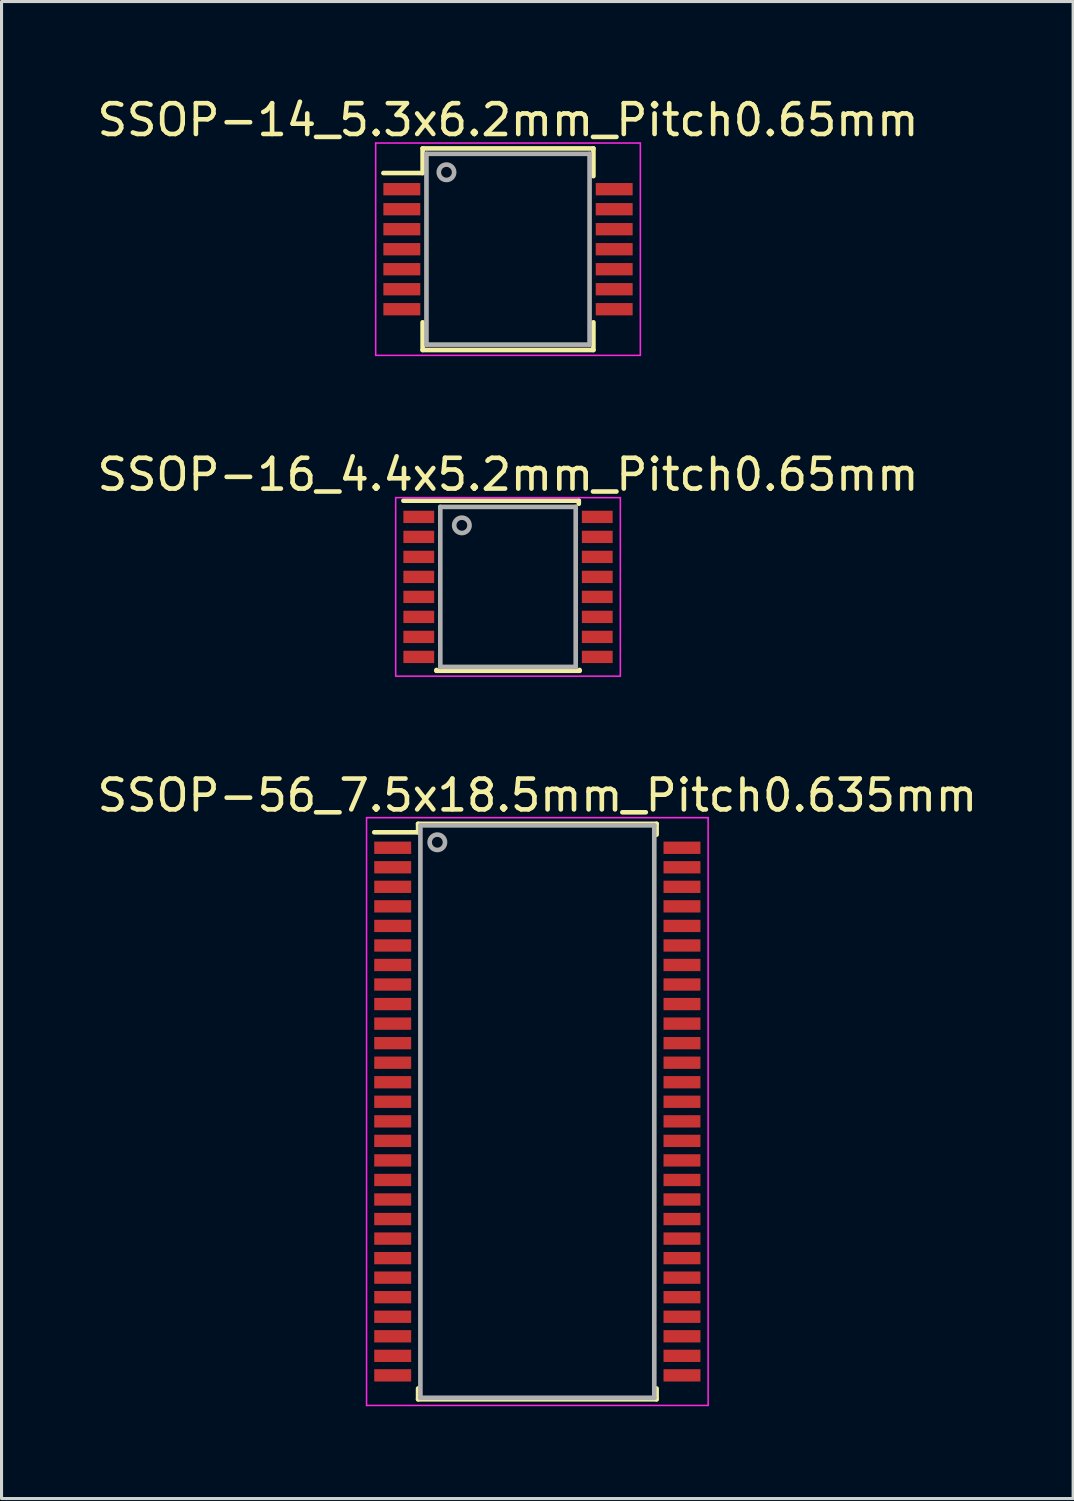
<source format=kicad_pcb>
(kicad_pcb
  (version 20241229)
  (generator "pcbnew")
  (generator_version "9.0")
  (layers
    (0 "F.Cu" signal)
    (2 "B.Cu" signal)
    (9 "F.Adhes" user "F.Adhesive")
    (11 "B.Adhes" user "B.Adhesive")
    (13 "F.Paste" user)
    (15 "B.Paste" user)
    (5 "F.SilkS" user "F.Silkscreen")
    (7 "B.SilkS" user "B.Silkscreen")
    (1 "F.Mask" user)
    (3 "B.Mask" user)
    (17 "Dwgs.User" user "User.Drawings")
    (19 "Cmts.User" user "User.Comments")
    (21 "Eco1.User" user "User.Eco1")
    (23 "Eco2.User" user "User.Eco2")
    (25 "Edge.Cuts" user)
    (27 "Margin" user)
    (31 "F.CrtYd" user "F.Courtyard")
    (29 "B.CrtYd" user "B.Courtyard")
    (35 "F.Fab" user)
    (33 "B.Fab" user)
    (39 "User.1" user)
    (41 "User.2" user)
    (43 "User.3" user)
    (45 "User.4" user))
  (footprint "SSOP-14_5.3x6.2mm_Pitch0.65mm"
    (layer "F.Cu")
    (at 13.458 5.048)
    (property "Reference" "SSOP-14_5.3x6.2mm_Pitch0.65mm" (at 0 -4.2 0) (layer "F.SilkS") (effects (font (size 1 1) (thickness 0.15))))
    (attr smd)
    (fp_line (start -2.775 -3.275) (end -2.775 -2.475) (stroke (width 0.15) (type solid)) (layer "F.SilkS"))
    (fp_line (start -2.775 -3.275) (end 2.775 -3.275) (stroke (width 0.15) (type solid)) (layer "F.SilkS"))
    (fp_line (start -2.775 -2.475) (end -4.05 -2.475) (stroke (width 0.15) (type solid)) (layer "F.SilkS"))
    (fp_line (start -2.775 3.275) (end -2.775 2.375) (stroke (width 0.15) (type solid)) (layer "F.SilkS"))
    (fp_line (start -2.775 3.275) (end 2.775 3.275) (stroke (width 0.15) (type solid)) (layer "F.SilkS"))
    (fp_line (start 2.775 -3.275) (end 2.775 -2.375) (stroke (width 0.15) (type solid)) (layer "F.SilkS"))
    (fp_line (start 2.775 3.275) (end 2.775 2.375) (stroke (width 0.15) (type solid)) (layer "F.SilkS"))
    (fp_line (start -4.3 -3.45) (end -4.3 3.45) (stroke (width 0.05) (type solid)) (layer "F.CrtYd"))
    (fp_line (start -4.3 -3.45) (end 4.3 -3.45) (stroke (width 0.05) (type solid)) (layer "F.CrtYd"))
    (fp_line (start -4.3 3.45) (end 4.3 3.45) (stroke (width 0.05) (type solid)) (layer "F.CrtYd"))
    (fp_line (start 4.3 -3.45) (end 4.3 3.45) (stroke (width 0.05) (type solid)) (layer "F.CrtYd"))
    (fp_line (start -2.65 -3.1) (end 2.65 -3.1) (stroke (width 0.15) (type solid)) (layer "F.Fab"))
    (fp_line (start -2.65 3.1) (end -2.65 -3.1) (stroke (width 0.15) (type solid)) (layer "F.Fab"))
    (fp_line (start 2.65 -3.1) (end 2.65 3.1) (stroke (width 0.15) (type solid)) (layer "F.Fab"))
    (fp_line (start 2.65 3.1) (end -2.65 3.1) (stroke (width 0.15) (type solid)) (layer "F.Fab"))
    (fp_circle (center -2 -2.5) (end -2.25 -2.5) (stroke (width 0.15) (type solid)) (fill no) (layer "F.Fab"))
    (pad "1" smd rect (at -3.45 -1.95) (size 1.2 0.4) (layers "F.Cu" "F.Mask" "F.Paste"))
    (pad "2" smd rect (at -3.45 -1.3) (size 1.2 0.4) (layers "F.Cu" "F.Mask" "F.Paste"))
    (pad "3" smd rect (at -3.45 -0.65) (size 1.2 0.4) (layers "F.Cu" "F.Mask" "F.Paste"))
    (pad "4" smd rect (at -3.45 0) (size 1.2 0.4) (layers "F.Cu" "F.Mask" "F.Paste"))
    (pad "5" smd rect (at -3.45 0.65) (size 1.2 0.4) (layers "F.Cu" "F.Mask" "F.Paste"))
    (pad "6" smd rect (at -3.45 1.3) (size 1.2 0.4) (layers "F.Cu" "F.Mask" "F.Paste"))
    (pad "7" smd rect (at -3.45 1.95) (size 1.2 0.4) (layers "F.Cu" "F.Mask" "F.Paste"))
    (pad "8" smd rect (at 3.45 1.95) (size 1.2 0.4) (layers "F.Cu" "F.Mask" "F.Paste"))
    (pad "9" smd rect (at 3.45 1.3) (size 1.2 0.4) (layers "F.Cu" "F.Mask" "F.Paste"))
    (pad "10" smd rect (at 3.45 0.65) (size 1.2 0.4) (layers "F.Cu" "F.Mask" "F.Paste"))
    (pad "11" smd rect (at 3.45 0) (size 1.2 0.4) (layers "F.Cu" "F.Mask" "F.Paste"))
    (pad "12" smd rect (at 3.45 -0.65) (size 1.2 0.4) (layers "F.Cu" "F.Mask" "F.Paste"))
    (pad "13" smd rect (at 3.45 -1.3) (size 1.2 0.4) (layers "F.Cu" "F.Mask" "F.Paste"))
    (pad "14" smd rect (at 3.45 -1.95) (size 1.2 0.4) (layers "F.Cu" "F.Mask" "F.Paste")))
  (footprint "SSOP-56_7.5x18.5mm_Pitch0.635mm"
    (layer "F.Cu")
    (at 14.411 33.07)
    (property "Reference" "SSOP-56_7.5x18.5mm_Pitch0.635mm" (at 0 -10.275 0) (layer "F.SilkS") (effects (font (size 1 1) (thickness 0.15))))
    (attr smd)
    (fp_line (start -3.875 -9.35) (end -3.875 -9.075) (stroke (width 0.15) (type solid)) (layer "F.SilkS"))
    (fp_line (start -3.875 -9.35) (end 3.875 -9.35) (stroke (width 0.15) (type solid)) (layer "F.SilkS"))
    (fp_line (start -3.875 -9.075) (end -5.3 -9.075) (stroke (width 0.15) (type solid)) (layer "F.SilkS"))
    (fp_line (start -3.875 9.35) (end -3.875 8.998) (stroke (width 0.15) (type solid)) (layer "F.SilkS"))
    (fp_line (start -3.875 9.35) (end 3.875 9.35) (stroke (width 0.15) (type solid)) (layer "F.SilkS"))
    (fp_line (start 3.875 -9.35) (end 3.875 -8.998) (stroke (width 0.15) (type solid)) (layer "F.SilkS"))
    (fp_line (start 3.875 9.35) (end 3.875 8.998) (stroke (width 0.15) (type solid)) (layer "F.SilkS"))
    (fp_line (start -5.55 -9.55) (end -5.55 9.55) (stroke (width 0.05) (type solid)) (layer "F.CrtYd"))
    (fp_line (start -5.55 -9.55) (end 5.55 -9.55) (stroke (width 0.05) (type solid)) (layer "F.CrtYd"))
    (fp_line (start -5.55 9.55) (end 5.55 9.55) (stroke (width 0.05) (type solid)) (layer "F.CrtYd"))
    (fp_line (start 5.55 -9.55) (end 5.55 9.55) (stroke (width 0.05) (type solid)) (layer "F.CrtYd"))
    (fp_line (start -3.8 -9.3) (end 3.8 -9.3) (stroke (width 0.15) (type solid)) (layer "F.Fab"))
    (fp_line (start -3.8 9.3) (end -3.8 -9.3) (stroke (width 0.15) (type solid)) (layer "F.Fab"))
    (fp_line (start 3.8 -9.3) (end 3.8 9.3) (stroke (width 0.15) (type solid)) (layer "F.Fab"))
    (fp_line (start 3.8 9.3) (end -3.8 9.3) (stroke (width 0.15) (type solid)) (layer "F.Fab"))
    (fp_circle (center -3.25 -8.75) (end -3.5 -8.75) (stroke (width 0.15) (type solid)) (fill no) (layer "F.Fab"))
    (pad "1" smd rect (at -4.7 -8.572) (size 1.2 0.4) (layers "F.Cu" "F.Mask" "F.Paste"))
    (pad "2" smd rect (at -4.7 -7.938) (size 1.2 0.4) (layers "F.Cu" "F.Mask" "F.Paste"))
    (pad "3" smd rect (at -4.7 -7.303) (size 1.2 0.4) (layers "F.Cu" "F.Mask" "F.Paste"))
    (pad "4" smd rect (at -4.7 -6.668) (size 1.2 0.4) (layers "F.Cu" "F.Mask" "F.Paste"))
    (pad "5" smd rect (at -4.7 -6.032) (size 1.2 0.4) (layers "F.Cu" "F.Mask" "F.Paste"))
    (pad "6" smd rect (at -4.7 -5.397) (size 1.2 0.4) (layers "F.Cu" "F.Mask" "F.Paste"))
    (pad "7" smd rect (at -4.7 -4.763) (size 1.2 0.4) (layers "F.Cu" "F.Mask" "F.Paste"))
    (pad "8" smd rect (at -4.7 -4.128) (size 1.2 0.4) (layers "F.Cu" "F.Mask" "F.Paste"))
    (pad "9" smd rect (at -4.7 -3.493) (size 1.2 0.4) (layers "F.Cu" "F.Mask" "F.Paste"))
    (pad "10" smd rect (at -4.7 -2.857) (size 1.2 0.4) (layers "F.Cu" "F.Mask" "F.Paste"))
    (pad "11" smd rect (at -4.7 -2.223) (size 1.2 0.4) (layers "F.Cu" "F.Mask" "F.Paste"))
    (pad "12" smd rect (at -4.7 -1.587) (size 1.2 0.4) (layers "F.Cu" "F.Mask" "F.Paste"))
    (pad "13" smd rect (at -4.7 -0.953) (size 1.2 0.4) (layers "F.Cu" "F.Mask" "F.Paste"))
    (pad "14" smd rect (at -4.7 -0.318) (size 1.2 0.4) (layers "F.Cu" "F.Mask" "F.Paste"))
    (pad "15" smd rect (at -4.7 0.318) (size 1.2 0.4) (layers "F.Cu" "F.Mask" "F.Paste"))
    (pad "16" smd rect (at -4.7 0.953) (size 1.2 0.4) (layers "F.Cu" "F.Mask" "F.Paste"))
    (pad "17" smd rect (at -4.7 1.587) (size 1.2 0.4) (layers "F.Cu" "F.Mask" "F.Paste"))
    (pad "18" smd rect (at -4.7 2.223) (size 1.2 0.4) (layers "F.Cu" "F.Mask" "F.Paste"))
    (pad "19" smd rect (at -4.7 2.857) (size 1.2 0.4) (layers "F.Cu" "F.Mask" "F.Paste"))
    (pad "20" smd rect (at -4.7 3.493) (size 1.2 0.4) (layers "F.Cu" "F.Mask" "F.Paste"))
    (pad "21" smd rect (at -4.7 4.128) (size 1.2 0.4) (layers "F.Cu" "F.Mask" "F.Paste"))
    (pad "22" smd rect (at -4.7 4.763) (size 1.2 0.4) (layers "F.Cu" "F.Mask" "F.Paste"))
    (pad "23" smd rect (at -4.7 5.397) (size 1.2 0.4) (layers "F.Cu" "F.Mask" "F.Paste"))
    (pad "24" smd rect (at -4.7 6.032) (size 1.2 0.4) (layers "F.Cu" "F.Mask" "F.Paste"))
    (pad "25" smd rect (at -4.7 6.668) (size 1.2 0.4) (layers "F.Cu" "F.Mask" "F.Paste"))
    (pad "26" smd rect (at -4.7 7.303) (size 1.2 0.4) (layers "F.Cu" "F.Mask" "F.Paste"))
    (pad "27" smd rect (at -4.7 7.938) (size 1.2 0.4) (layers "F.Cu" "F.Mask" "F.Paste"))
    (pad "28" smd rect (at -4.7 8.572) (size 1.2 0.4) (layers "F.Cu" "F.Mask" "F.Paste"))
    (pad "29" smd rect (at 4.7 8.572) (size 1.2 0.4) (layers "F.Cu" "F.Mask" "F.Paste"))
    (pad "30" smd rect (at 4.7 7.938) (size 1.2 0.4) (layers "F.Cu" "F.Mask" "F.Paste"))
    (pad "31" smd rect (at 4.7 7.303) (size 1.2 0.4) (layers "F.Cu" "F.Mask" "F.Paste"))
    (pad "32" smd rect (at 4.7 6.668) (size 1.2 0.4) (layers "F.Cu" "F.Mask" "F.Paste"))
    (pad "33" smd rect (at 4.7 6.032) (size 1.2 0.4) (layers "F.Cu" "F.Mask" "F.Paste"))
    (pad "34" smd rect (at 4.7 5.397) (size 1.2 0.4) (layers "F.Cu" "F.Mask" "F.Paste"))
    (pad "35" smd rect (at 4.7 4.763) (size 1.2 0.4) (layers "F.Cu" "F.Mask" "F.Paste"))
    (pad "36" smd rect (at 4.7 4.128) (size 1.2 0.4) (layers "F.Cu" "F.Mask" "F.Paste"))
    (pad "37" smd rect (at 4.7 3.493) (size 1.2 0.4) (layers "F.Cu" "F.Mask" "F.Paste"))
    (pad "38" smd rect (at 4.7 2.857) (size 1.2 0.4) (layers "F.Cu" "F.Mask" "F.Paste"))
    (pad "39" smd rect (at 4.7 2.223) (size 1.2 0.4) (layers "F.Cu" "F.Mask" "F.Paste"))
    (pad "40" smd rect (at 4.7 1.587) (size 1.2 0.4) (layers "F.Cu" "F.Mask" "F.Paste"))
    (pad "41" smd rect (at 4.7 0.953) (size 1.2 0.4) (layers "F.Cu" "F.Mask" "F.Paste"))
    (pad "42" smd rect (at 4.7 0.318) (size 1.2 0.4) (layers "F.Cu" "F.Mask" "F.Paste"))
    (pad "43" smd rect (at 4.7 -0.318) (size 1.2 0.4) (layers "F.Cu" "F.Mask" "F.Paste"))
    (pad "44" smd rect (at 4.7 -0.953) (size 1.2 0.4) (layers "F.Cu" "F.Mask" "F.Paste"))
    (pad "45" smd rect (at 4.7 -1.587) (size 1.2 0.4) (layers "F.Cu" "F.Mask" "F.Paste"))
    (pad "46" smd rect (at 4.7 -2.223) (size 1.2 0.4) (layers "F.Cu" "F.Mask" "F.Paste"))
    (pad "47" smd rect (at 4.7 -2.857) (size 1.2 0.4) (layers "F.Cu" "F.Mask" "F.Paste"))
    (pad "48" smd rect (at 4.7 -3.493) (size 1.2 0.4) (layers "F.Cu" "F.Mask" "F.Paste"))
    (pad "49" smd rect (at 4.7 -4.128) (size 1.2 0.4) (layers "F.Cu" "F.Mask" "F.Paste"))
    (pad "50" smd rect (at 4.7 -4.763) (size 1.2 0.4) (layers "F.Cu" "F.Mask" "F.Paste"))
    (pad "51" smd rect (at 4.7 -5.397) (size 1.2 0.4) (layers "F.Cu" "F.Mask" "F.Paste"))
    (pad "52" smd rect (at 4.7 -6.032) (size 1.2 0.4) (layers "F.Cu" "F.Mask" "F.Paste"))
    (pad "53" smd rect (at 4.7 -6.668) (size 1.2 0.4) (layers "F.Cu" "F.Mask" "F.Paste"))
    (pad "54" smd rect (at 4.7 -7.303) (size 1.2 0.4) (layers "F.Cu" "F.Mask" "F.Paste"))
    (pad "55" smd rect (at 4.7 -7.938) (size 1.2 0.4) (layers "F.Cu" "F.Mask" "F.Paste"))
    (pad "56" smd rect (at 4.7 -8.572) (size 1.2 0.4) (layers "F.Cu" "F.Mask" "F.Paste")))
  (footprint "SSOP-16_4.4x5.2mm_Pitch0.65mm"
    (layer "F.Cu")
    (at 13.458 16.021)
    (property "Reference" "SSOP-16_4.4x5.2mm_Pitch0.65mm" (at 0 -3.65 0) (layer "F.SilkS") (effects (font (size 1 1) (thickness 0.15))))
    (attr smd)
    (fp_line (start -3.4 -2.8) (end 2.3 -2.8) (stroke (width 0.15) (type solid)) (layer "F.SilkS"))
    (fp_line (start -2.325 2.725) (end -2.325 2.7) (stroke (width 0.15) (type solid)) (layer "F.SilkS"))
    (fp_line (start -2.325 2.725) (end 2.325 2.725) (stroke (width 0.15) (type solid)) (layer "F.SilkS"))
    (fp_line (start 2.3 -2.8) (end 2.3 -2.7) (stroke (width 0.15) (type solid)) (layer "F.SilkS"))
    (fp_line (start 2.325 2.725) (end 2.325 2.7) (stroke (width 0.15) (type solid)) (layer "F.SilkS"))
    (fp_line (start -3.65 -2.9) (end -3.65 2.9) (stroke (width 0.05) (type solid)) (layer "F.CrtYd"))
    (fp_line (start -3.65 -2.9) (end 3.65 -2.9) (stroke (width 0.05) (type solid)) (layer "F.CrtYd"))
    (fp_line (start -3.65 2.9) (end 3.65 2.9) (stroke (width 0.05) (type solid)) (layer "F.CrtYd"))
    (fp_line (start 3.65 -2.9) (end 3.65 2.9) (stroke (width 0.05) (type solid)) (layer "F.CrtYd"))
    (fp_line (start -2.2 -2.6) (end 2.2 -2.6) (stroke (width 0.15) (type solid)) (layer "F.Fab"))
    (fp_line (start -2.2 2.6) (end -2.2 -2.6) (stroke (width 0.15) (type solid)) (layer "F.Fab"))
    (fp_line (start 2.2 -2.6) (end 2.2 2.6) (stroke (width 0.15) (type solid)) (layer "F.Fab"))
    (fp_line (start 2.2 2.6) (end -2.2 2.6) (stroke (width 0.15) (type solid)) (layer "F.Fab"))
    (fp_circle (center -1.5 -2) (end -1.75 -2) (stroke (width 0.15) (type solid)) (fill no) (layer "F.Fab"))
    (pad "1" smd rect (at -2.9 -2.275) (size 1 0.4) (layers "F.Cu" "F.Mask" "F.Paste"))
    (pad "2" smd rect (at -2.9 -1.625) (size 1 0.4) (layers "F.Cu" "F.Mask" "F.Paste"))
    (pad "3" smd rect (at -2.9 -0.975) (size 1 0.4) (layers "F.Cu" "F.Mask" "F.Paste"))
    (pad "4" smd rect (at -2.9 -0.325) (size 1 0.4) (layers "F.Cu" "F.Mask" "F.Paste"))
    (pad "5" smd rect (at -2.9 0.325) (size 1 0.4) (layers "F.Cu" "F.Mask" "F.Paste"))
    (pad "6" smd rect (at -2.9 0.975) (size 1 0.4) (layers "F.Cu" "F.Mask" "F.Paste"))
    (pad "7" smd rect (at -2.9 1.625) (size 1 0.4) (layers "F.Cu" "F.Mask" "F.Paste"))
    (pad "8" smd rect (at -2.9 2.275) (size 1 0.4) (layers "F.Cu" "F.Mask" "F.Paste"))
    (pad "9" smd rect (at 2.9 2.275) (size 1 0.4) (layers "F.Cu" "F.Mask" "F.Paste"))
    (pad "10" smd rect (at 2.9 1.625) (size 1 0.4) (layers "F.Cu" "F.Mask" "F.Paste"))
    (pad "11" smd rect (at 2.9 0.975) (size 1 0.4) (layers "F.Cu" "F.Mask" "F.Paste"))
    (pad "12" smd rect (at 2.9 0.325) (size 1 0.4) (layers "F.Cu" "F.Mask" "F.Paste"))
    (pad "13" smd rect (at 2.9 -0.325) (size 1 0.4) (layers "F.Cu" "F.Mask" "F.Paste"))
    (pad "14" smd rect (at 2.9 -0.975) (size 1 0.4) (layers "F.Cu" "F.Mask" "F.Paste"))
    (pad "15" smd rect (at 2.9 -1.625) (size 1 0.4) (layers "F.Cu" "F.Mask" "F.Paste"))
    (pad "16" smd rect (at 2.9 -2.275) (size 1 0.4) (layers "F.Cu" "F.Mask" "F.Paste")))
  (gr_rect
    (start -3 -3)
    (end 31.821 45.645)
    (stroke (width 0.1) (type default))
    (fill no)
    (layer "Edge.Cuts")))
</source>
